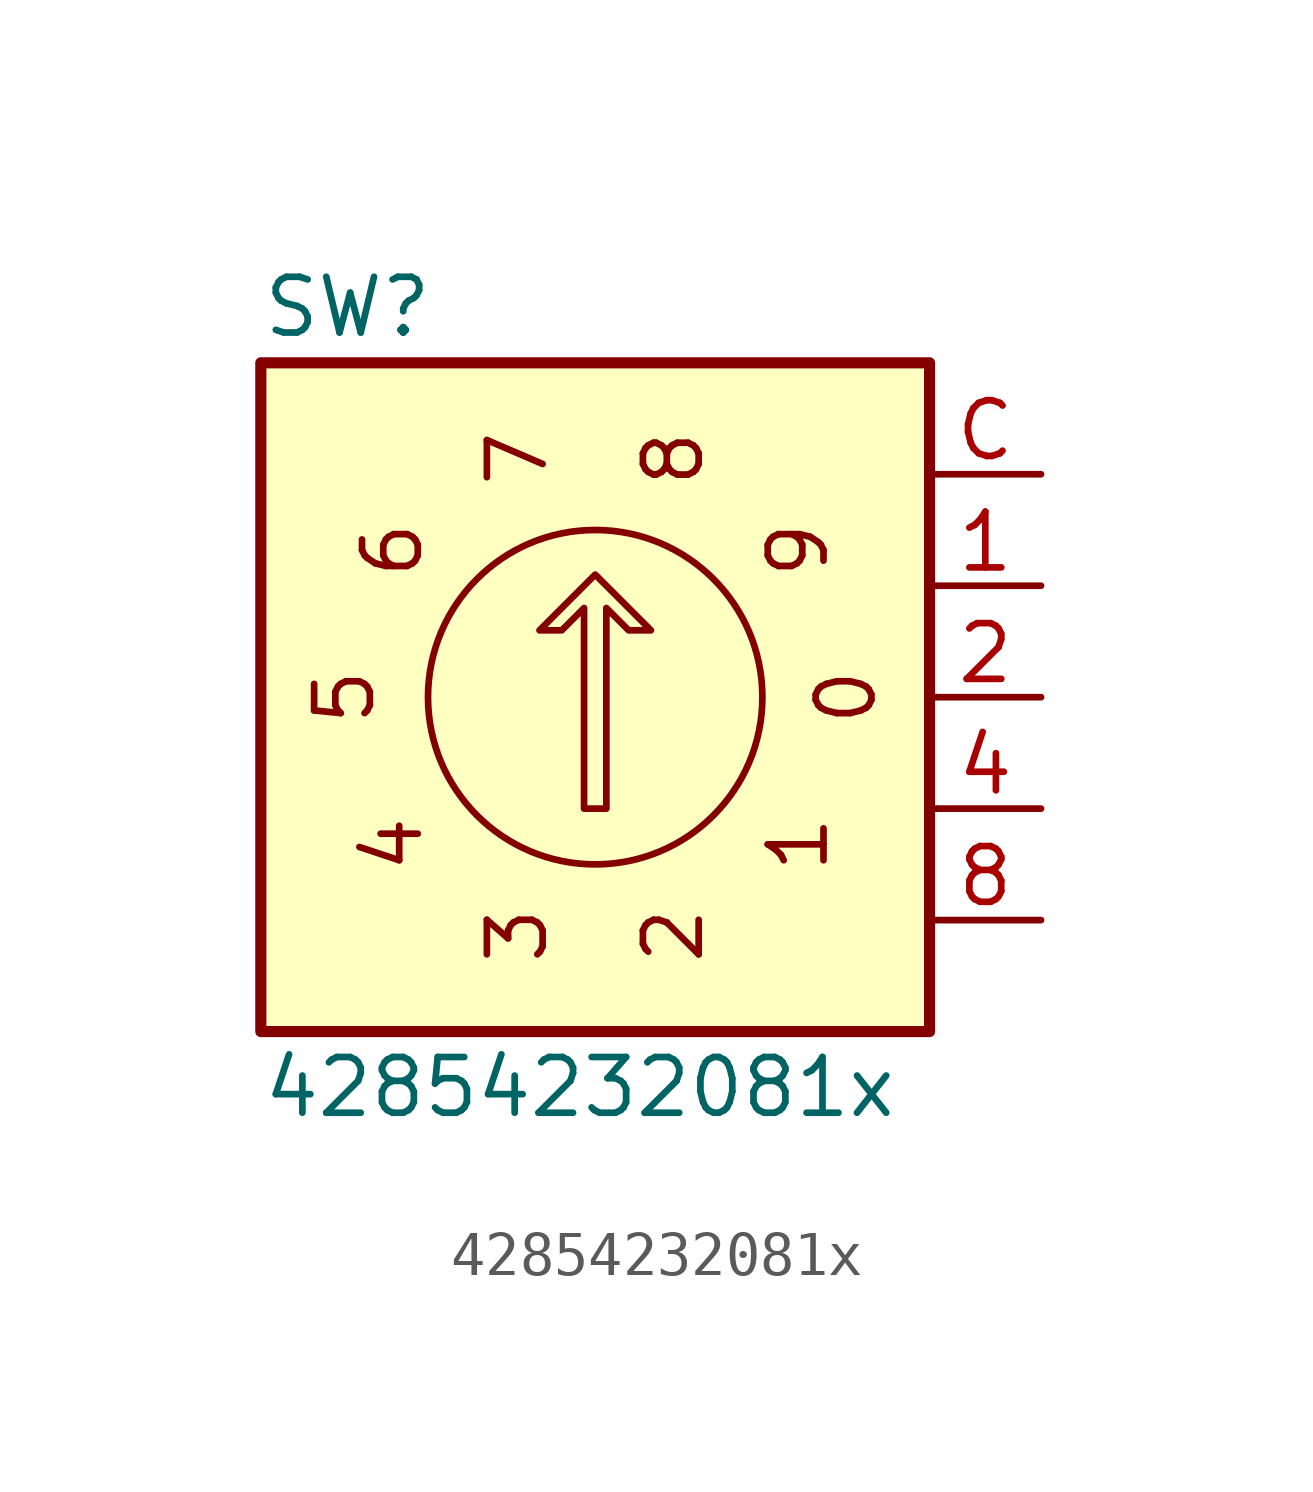
<source format=kicad_sym>
(kicad_symbol_lib
  (version 20220914)
  (generator kicad_symbol_editor)
  (symbol "42854232081x"
    (pin_names hide)
    (property "Reference" "SW"
      (at -7.62 8.89 0)
      (effects (font (size 1.27 1.27)) (justify left)))
    (property "Value" "42854232081x"
      (at -7.62 -8.89 0)
      (effects (font (size 1.27 1.27)) (justify left)))
    (symbol "42854232081x_0_0"
      (text "0" (at 5.715 0 2700) (effects (font (size 1.27 1.27))))
      (text "1" (at 4.623 -3.353 2340) (effects (font (size 1.27 1.27))))
      (text "2" (at 1.778 -5.436 1980) (effects (font (size 1.27 1.27))))
      (text "3" (at -1.778 -5.436 1620) (effects (font (size 1.27 1.27))))
      (text "4" (at -4.623 -3.353 1260) (effects (font (size 1.27 1.27))))
      (text "5" (at -5.715 0 900) (effects (font (size 1.27 1.27))))
      (text "6" (at -4.623 3.353 540) (effects (font (size 1.27 1.27))))
      (text "7" (at -1.778 5.436 180) (effects (font (size 1.27 1.27))))
      (text "8" (at 1.778 5.436 3420) (effects (font (size 1.27 1.27))))
      (text "9" (at 4.623 3.353 3060) (effects (font (size 1.27 1.27)))))
    (symbol "42854232081x_0_1"
      (polyline (pts (xy -0.254 -2.54) (xy -0.254 2.032) (xy -0.762 1.524) (xy -1.27 1.524) (xy 0 2.794) (xy 1.27 1.524) (xy 0.762 1.524) (xy 0.254 2.032) (xy 0.254 -2.54) (xy -0.254 -2.54) (xy -0.254 -2.54)) (stroke (width 0) (type default)) (fill (type none)))
      (circle (center 0 0) (radius 3.81) (stroke (width 0) (type default)) (fill (type none)))
      (rectangle (start 7.62 7.62) (end -7.62 -7.62) (stroke (width 0.254) (type default)) (fill (type background))))
    (symbol "42854232081x_1_1"
      (pin passive line (at 10.16 2.54 180) (length 2.54) (name "1" (effects (font (size 1.27 1.27)))) (number "1" (effects (font (size 1.27 1.27)))))
      (pin passive line (at 10.16 0 180) (length 2.54) (name "2" (effects (font (size 1.27 1.27)))) (number "2" (effects (font (size 1.27 1.27)))))
      (pin passive line (at 10.16 -2.54 180) (length 2.54) (name "4" (effects (font (size 1.27 1.27)))) (number "4" (effects (font (size 1.27 1.27)))))
      (pin passive line (at 10.16 -5.08 180) (length 2.54) (name "8" (effects (font (size 1.27 1.27)))) (number "8" (effects (font (size 1.27 1.27)))))
      (pin passive line (at 10.16 5.08 180) (length 2.54) (name "C" (effects (font (size 1.27 1.27)))) (number "C" (effects (font (size 1.27 1.27))))))))
</source>
